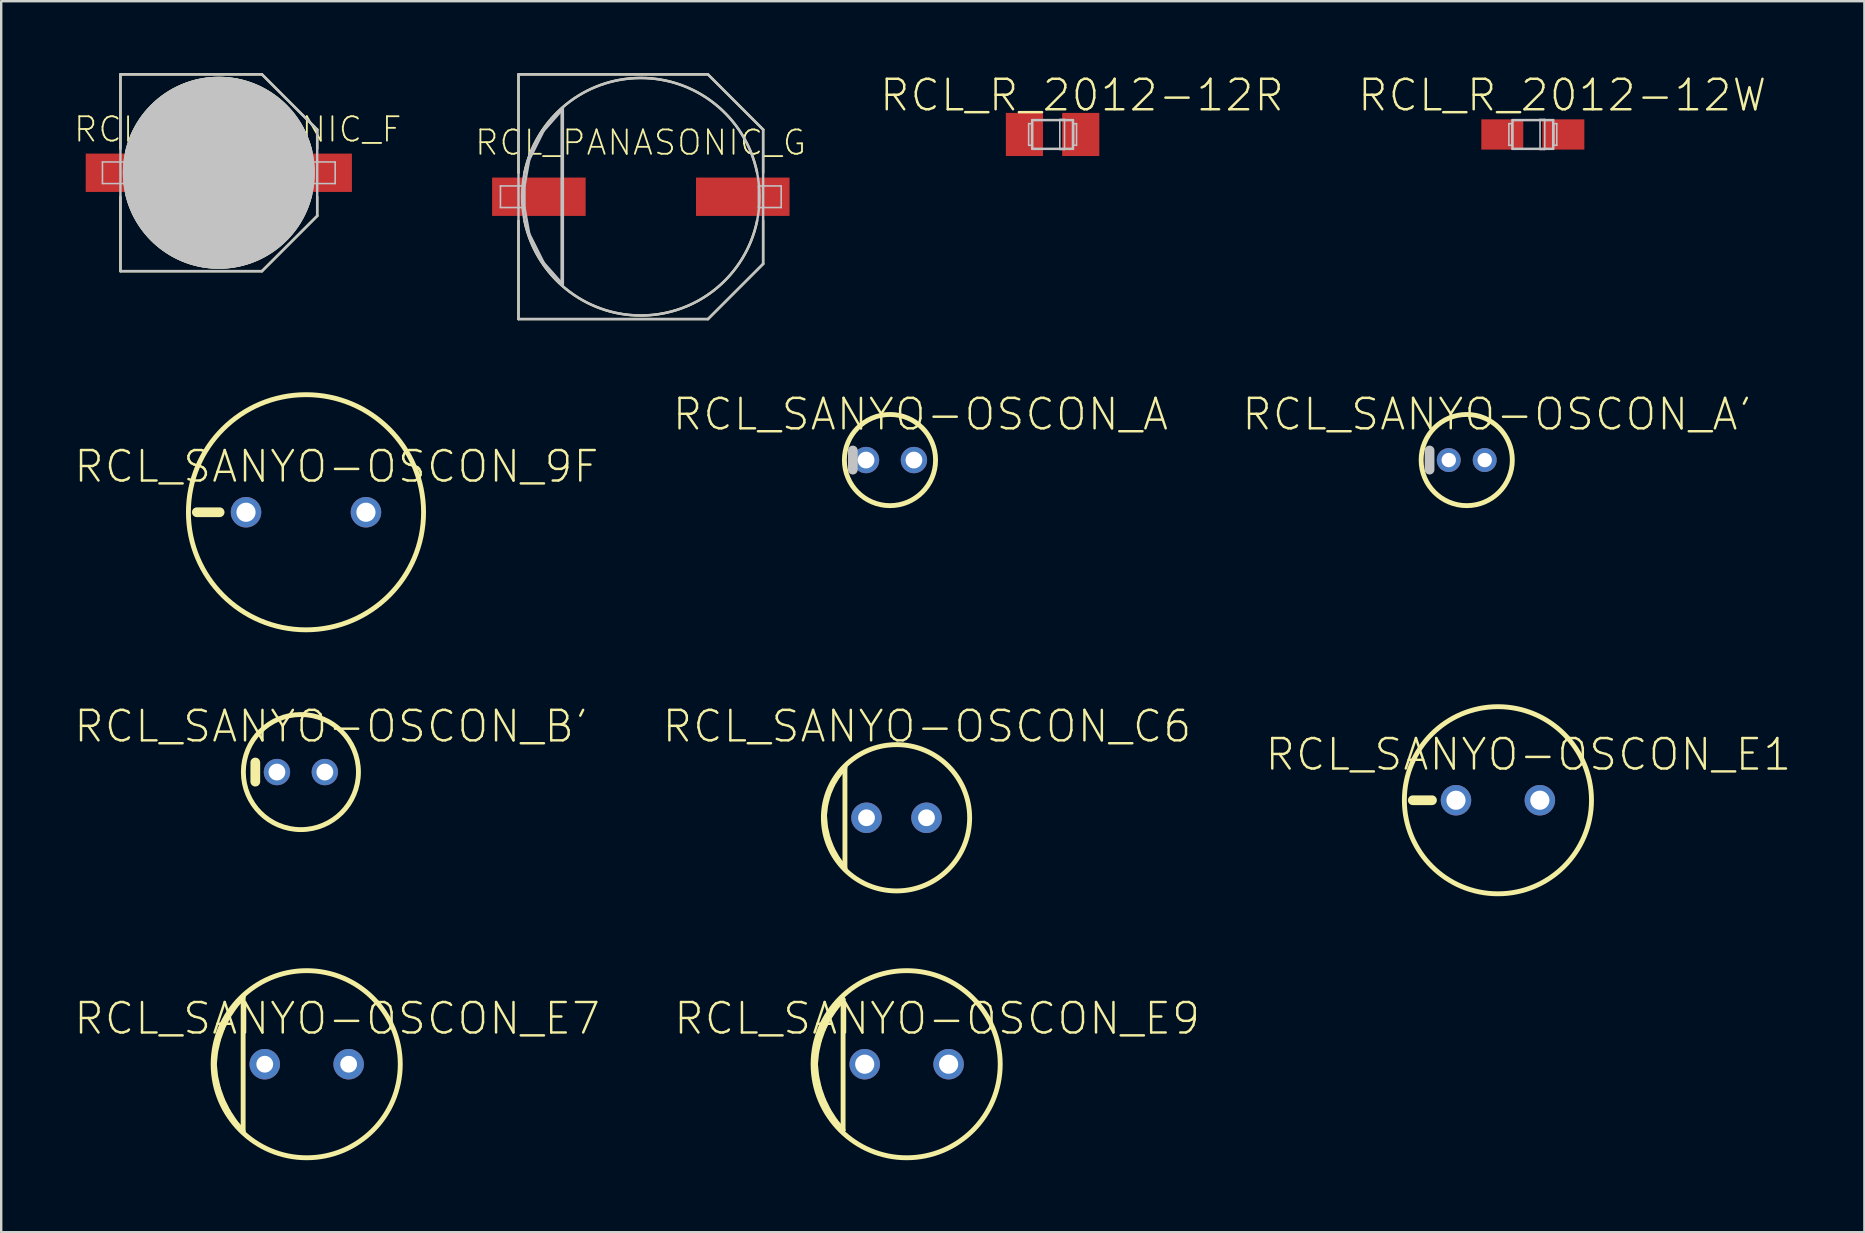
<source format=kicad_pcb>
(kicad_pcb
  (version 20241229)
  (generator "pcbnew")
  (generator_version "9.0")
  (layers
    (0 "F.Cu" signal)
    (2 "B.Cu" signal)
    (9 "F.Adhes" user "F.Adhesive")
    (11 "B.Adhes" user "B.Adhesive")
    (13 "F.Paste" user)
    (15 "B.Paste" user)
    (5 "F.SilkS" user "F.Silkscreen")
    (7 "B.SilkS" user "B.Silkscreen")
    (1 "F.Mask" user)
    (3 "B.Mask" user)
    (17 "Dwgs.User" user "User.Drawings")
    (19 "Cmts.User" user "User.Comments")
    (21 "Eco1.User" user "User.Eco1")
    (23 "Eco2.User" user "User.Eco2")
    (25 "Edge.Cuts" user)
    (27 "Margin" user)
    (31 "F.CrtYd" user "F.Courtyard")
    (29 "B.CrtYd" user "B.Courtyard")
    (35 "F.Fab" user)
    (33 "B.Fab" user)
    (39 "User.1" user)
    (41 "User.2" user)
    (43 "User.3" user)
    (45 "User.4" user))
  (footprint "RCL_SANYO-OSCON_B'"
    (layer "F.Cu")
    (at 9.49 29.126)
    (property "Reference" "RCL_SANYO-OSCON_B'" (at 1.27 -1.905 0) (layer "F.SilkS") (effects (font (size 1.27 1.27) (thickness 0.102))))
    (attr exclude_from_pos_files exclude_from_bom)
    (fp_line (start -1.9 0.399) (end -1.9 -0.399) (stroke (width 0.406) (type solid)) (layer "F.SilkS"))
    (fp_circle (center 0 0) (end 0 -2.398) (stroke (width 0.203) (type solid)) (fill no) (layer "F.SilkS"))
    (pad "+" thru_hole circle (at 0.998 0) (size 1.1 1.1) (drill 0.699) (layers "*.Cu" "*.Paste" "*.Mask"))
    (pad "-" thru_hole circle (at -0.998 0) (size 1.1 1.1) (drill 0.699) (layers "*.Cu" "*.Paste" "*.Mask")))
  (footprint "RCL_R_2012-12R"
    (layer "F.Cu")
    (at 40.817 2.554)
    (property "Reference" "RCL_R_2012-12R" (at 1.224 -1.633 0) (layer "F.SilkS") (effects (font (size 1.27 1.27) (thickness 0.102))))
    (attr smd)
    (fp_line (start -0.998 -0.45) (end -0.874 -0.45) (stroke (width 0.066) (type solid)) (layer "Dwgs.User"))
    (fp_line (start -0.998 0.45) (end -0.998 -0.45) (stroke (width 0.066) (type solid)) (layer "Dwgs.User"))
    (fp_line (start -0.998 0.45) (end -0.874 0.45) (stroke (width 0.066) (type solid)) (layer "Dwgs.User"))
    (fp_line (start -0.874 0.45) (end -0.874 -0.45) (stroke (width 0.066) (type solid)) (layer "Dwgs.User"))
    (fp_line (start -0.848 -0.599) (end 0.848 -0.599) (stroke (width 0.102) (type solid)) (layer "Dwgs.User"))
    (fp_line (start -0.848 0.599) (end -0.848 -0.599) (stroke (width 0.102) (type solid)) (layer "Dwgs.User"))
    (fp_line (start 0.3 -0.625) (end 0.498 -0.625) (stroke (width 0.066) (type solid)) (layer "Dwgs.User"))
    (fp_line (start 0.3 0.625) (end 0.3 -0.625) (stroke (width 0.066) (type solid)) (layer "Dwgs.User"))
    (fp_line (start 0.3 0.625) (end 0.498 0.625) (stroke (width 0.066) (type solid)) (layer "Dwgs.User"))
    (fp_line (start 0.498 0.625) (end 0.498 -0.625) (stroke (width 0.066) (type solid)) (layer "Dwgs.User"))
    (fp_line (start 0.848 -0.599) (end 0.848 0.599) (stroke (width 0.102) (type solid)) (layer "Dwgs.User"))
    (fp_line (start 0.848 0.599) (end -0.848 0.599) (stroke (width 0.102) (type solid)) (layer "Dwgs.User"))
    (fp_line (start 0.874 -0.45) (end 0.998 -0.45) (stroke (width 0.066) (type solid)) (layer "Dwgs.User"))
    (fp_line (start 0.874 0.45) (end 0.874 -0.45) (stroke (width 0.066) (type solid)) (layer "Dwgs.User"))
    (fp_line (start 0.874 0.45) (end 0.998 0.45) (stroke (width 0.066) (type solid)) (layer "Dwgs.User"))
    (fp_line (start 0.998 0.45) (end 0.998 -0.45) (stroke (width 0.066) (type solid)) (layer "Dwgs.User"))
    (pad "+" smd rect (at 1.173 0) (size 1.549 1.798) (layers "F.Cu" "F.Mask" "F.Paste"))
    (pad "-" smd rect (at -1.173 0) (size 1.549 1.798) (layers "F.Cu" "F.Mask" "F.Paste")))
  (footprint "RCL_SANYO-OSCON_E7"
    (layer "F.Cu")
    (at 9.732 41.301)
    (property "Reference" "RCL_SANYO-OSCON_E7" (at 1.27 -1.905 0) (layer "F.SilkS") (effects (font (size 1.27 1.27) (thickness 0.102))))
    (attr exclude_from_pos_files exclude_from_bom)
    (fp_line (start -3.848 0) (end -3.795 -0.516) (stroke (width 0.203) (type solid)) (layer "F.SilkS"))
    (fp_line (start -3.795 -0.516) (end -3.68 -1.021) (stroke (width 0.203) (type solid)) (layer "F.SilkS"))
    (fp_line (start -3.795 0.513) (end -3.848 0) (stroke (width 0.203) (type solid)) (layer "F.SilkS"))
    (fp_line (start -3.68 -1.021) (end -3.505 -1.509) (stroke (width 0.203) (type solid)) (layer "F.SilkS"))
    (fp_line (start -3.678 1.019) (end -3.795 0.513) (stroke (width 0.203) (type solid)) (layer "F.SilkS"))
    (fp_line (start -3.505 -1.509) (end -3.274 -1.974) (stroke (width 0.203) (type solid)) (layer "F.SilkS"))
    (fp_line (start -3.503 1.506) (end -3.678 1.019) (stroke (width 0.203) (type solid)) (layer "F.SilkS"))
    (fp_line (start -3.274 -1.974) (end -2.987 -2.405) (stroke (width 0.203) (type solid)) (layer "F.SilkS"))
    (fp_line (start -3.269 1.971) (end -3.503 1.506) (stroke (width 0.203) (type solid)) (layer "F.SilkS"))
    (fp_line (start -2.987 -2.405) (end -2.649 -2.799) (stroke (width 0.203) (type solid)) (layer "F.SilkS"))
    (fp_line (start -2.985 2.403) (end -3.269 1.971) (stroke (width 0.203) (type solid)) (layer "F.SilkS"))
    (fp_line (start -2.649 -2.799) (end -2.649 2.799) (stroke (width 0.203) (type solid)) (layer "F.SilkS"))
    (fp_line (start -2.649 2.799) (end -2.985 2.403) (stroke (width 0.203) (type solid)) (layer "F.SilkS"))
    (fp_circle (center 0 0) (end 0 -3.899) (stroke (width 0.203) (type solid)) (fill no) (layer "F.SilkS"))
    (pad "+" thru_hole circle (at 1.748 0) (size 1.27 1.27) (drill 0.699) (layers "*.Cu" "*.Paste" "*.Mask"))
    (pad "-" thru_hole circle (at -1.748 0) (size 1.27 1.27) (drill 0.699) (layers "*.Cu" "*.Paste" "*.Mask")))
  (footprint "RCL_PANASONIC_G"
    (layer "F.Cu")
    (at 23.656 5.149)
    (property "Reference" "RCL_PANASONIC_G" (at -0.008 -2.256 0) (layer "F.SilkS") (effects (font (size 1.016 1.016) (thickness 0.076))))
    (attr smd)
    (fp_line (start -5.098 -5.098) (end 2.799 -5.098) (stroke (width 0.102) (type solid)) (layer "F.SilkS"))
    (fp_line (start -5.098 -0.998) (end -5.098 -5.098) (stroke (width 0.102) (type solid)) (layer "F.SilkS"))
    (fp_line (start -5.098 5.098) (end -5.098 0.998) (stroke (width 0.102) (type solid)) (layer "F.SilkS"))
    (fp_line (start 2.799 -5.098) (end 5.098 -2.799) (stroke (width 0.102) (type solid)) (layer "F.SilkS"))
    (fp_line (start 2.799 5.098) (end -5.098 5.098) (stroke (width 0.102) (type solid)) (layer "F.SilkS"))
    (fp_line (start 5.098 -2.799) (end 5.098 -0.998) (stroke (width 0.102) (type solid)) (layer "F.SilkS"))
    (fp_line (start 5.098 0.998) (end 5.098 2.799) (stroke (width 0.102) (type solid)) (layer "F.SilkS"))
    (fp_line (start 5.098 2.799) (end 2.799 5.098) (stroke (width 0.102) (type solid)) (layer "F.SilkS"))
    (fp_arc (start -4.84886 -0.99822) (mid -0.005807 -4.950541) (end 4.846505 -1.009593) (stroke (width 0.1016) (type solid)) (layer "F.SilkS"))
    (fp_arc (start 4.84886 0.99822) (mid 0.005807 4.950541) (end -4.846505 1.009593) (stroke (width 0.1016) (type solid)) (layer "F.SilkS"))
    (fp_line (start -5.85 -0.45) (end -4.9 -0.45) (stroke (width 0.066) (type solid)) (layer "Dwgs.User"))
    (fp_line (start -5.85 0.45) (end -5.85 -0.45) (stroke (width 0.066) (type solid)) (layer "Dwgs.User"))
    (fp_line (start -5.85 0.45) (end -4.9 0.45) (stroke (width 0.066) (type solid)) (layer "Dwgs.User"))
    (fp_line (start -5.098 -5.098) (end 2.799 -5.098) (stroke (width 0.102) (type solid)) (layer "Dwgs.User"))
    (fp_line (start -5.098 5.098) (end -5.098 -5.098) (stroke (width 0.102) (type solid)) (layer "Dwgs.User"))
    (fp_line (start -4.9 0.45) (end -4.9 -0.45) (stroke (width 0.066) (type solid)) (layer "Dwgs.User"))
    (fp_line (start -4.849 -0.45) (end -4.849 0.45) (stroke (width 0.102) (type solid)) (layer "Dwgs.User"))
    (fp_line (start -4.849 0.45) (end -4.648 1.549) (stroke (width 0.102) (type solid)) (layer "Dwgs.User"))
    (fp_line (start -4.648 -1.549) (end -4.849 -0.45) (stroke (width 0.102) (type solid)) (layer "Dwgs.User"))
    (fp_line (start -4.648 1.549) (end -4.049 2.748) (stroke (width 0.102) (type solid)) (layer "Dwgs.User"))
    (fp_line (start -4.049 -2.748) (end -4.648 -1.549) (stroke (width 0.102) (type solid)) (layer "Dwgs.User"))
    (fp_line (start -4.049 2.748) (end -3.299 3.599) (stroke (width 0.102) (type solid)) (layer "Dwgs.User"))
    (fp_line (start -3.299 -3.599) (end -4.049 -2.748) (stroke (width 0.102) (type solid)) (layer "Dwgs.User"))
    (fp_line (start -3.299 -3.548) (end -3.299 -3.599) (stroke (width 0.102) (type solid)) (layer "Dwgs.User"))
    (fp_line (start -3.299 3.599) (end -3.299 -3.548) (stroke (width 0.102) (type solid)) (layer "Dwgs.User"))
    (fp_line (start -3.249 -3.698) (end -3.249 3.65) (stroke (width 0.102) (type solid)) (layer "Dwgs.User"))
    (fp_line (start 2.799 -5.098) (end 5.098 -2.799) (stroke (width 0.102) (type solid)) (layer "Dwgs.User"))
    (fp_line (start 2.799 5.098) (end -5.098 5.098) (stroke (width 0.102) (type solid)) (layer "Dwgs.User"))
    (fp_line (start 4.9 -0.45) (end 5.85 -0.45) (stroke (width 0.066) (type solid)) (layer "Dwgs.User"))
    (fp_line (start 4.9 0.45) (end 4.9 -0.45) (stroke (width 0.066) (type solid)) (layer "Dwgs.User"))
    (fp_line (start 4.9 0.45) (end 5.85 0.45) (stroke (width 0.066) (type solid)) (layer "Dwgs.User"))
    (fp_line (start 5.098 -2.799) (end 5.098 2.799) (stroke (width 0.102) (type solid)) (layer "Dwgs.User"))
    (fp_line (start 5.098 2.799) (end 2.799 5.098) (stroke (width 0.102) (type solid)) (layer "Dwgs.User"))
    (fp_line (start 5.85 0.45) (end 5.85 -0.45) (stroke (width 0.066) (type solid)) (layer "Dwgs.User"))
    (fp_circle (center 0 0) (end 0 -4.948) (stroke (width 0.102) (type solid)) (fill no) (layer "Dwgs.User"))
    (pad "+" smd rect (at 4.249 0) (size 3.899 1.598) (layers "F.Cu" "F.Mask" "F.Paste"))
    (pad "-" smd rect (at -4.249 0) (size 3.899 1.598) (layers "F.Cu" "F.Mask" "F.Paste")))
  (footprint "RCL_SANYO-OSCON_A"
    (layer "F.Cu")
    (at 34.04 16.123)
    (property "Reference" "RCL_SANYO-OSCON_A" (at 1.27 -1.905 0) (layer "F.SilkS") (effects (font (size 1.27 1.27) (thickness 0.102))))
    (attr exclude_from_pos_files exclude_from_bom)
    (fp_circle (center 0 0) (end 0 -1.9) (stroke (width 0.203) (type solid)) (fill no) (layer "F.SilkS"))
    (fp_line (start -1.549 0.399) (end -1.549 -0.399) (stroke (width 0.406) (type solid)) (layer "Dwgs.User"))
    (pad "+" thru_hole circle (at 0.998 0) (size 1.1 1.1) (drill 0.699) (layers "*.Cu" "*.Paste" "*.Mask"))
    (pad "-" thru_hole circle (at -0.998 0) (size 1.1 1.1) (drill 0.699) (layers "*.Cu" "*.Paste" "*.Mask")))
  (footprint "RCL_SANYO-OSCON_E9"
    (layer "F.Cu")
    (at 34.735 41.301)
    (property "Reference" "RCL_SANYO-OSCON_E9" (at 1.27 -1.905 0) (layer "F.SilkS") (effects (font (size 1.27 1.27) (thickness 0.102))))
    (attr exclude_from_pos_files exclude_from_bom)
    (fp_line (start -3.8 0) (end -3.749 -0.495) (stroke (width 0.203) (type solid)) (layer "F.SilkS"))
    (fp_line (start -3.749 -0.495) (end -3.64 -0.983) (stroke (width 0.203) (type solid)) (layer "F.SilkS"))
    (fp_line (start -3.749 0.503) (end -3.8 0) (stroke (width 0.203) (type solid)) (layer "F.SilkS"))
    (fp_line (start -3.64 -0.983) (end -3.472 -1.455) (stroke (width 0.203) (type solid)) (layer "F.SilkS"))
    (fp_line (start -3.64 0.998) (end -3.749 0.503) (stroke (width 0.203) (type solid)) (layer "F.SilkS"))
    (fp_line (start -3.472 -1.455) (end -3.249 -1.902) (stroke (width 0.203) (type solid)) (layer "F.SilkS"))
    (fp_line (start -3.472 1.478) (end -3.64 0.998) (stroke (width 0.203) (type solid)) (layer "F.SilkS"))
    (fp_line (start -3.249 -1.902) (end -2.972 -2.319) (stroke (width 0.203) (type solid)) (layer "F.SilkS"))
    (fp_line (start -3.249 1.933) (end -3.472 1.478) (stroke (width 0.203) (type solid)) (layer "F.SilkS"))
    (fp_line (start -2.974 2.36) (end -3.249 1.933) (stroke (width 0.203) (type solid)) (layer "F.SilkS"))
    (fp_line (start -2.972 -2.319) (end -2.649 -2.697) (stroke (width 0.203) (type solid)) (layer "F.SilkS"))
    (fp_line (start -2.649 -2.697) (end -2.649 2.748) (stroke (width 0.203) (type solid)) (layer "F.SilkS"))
    (fp_line (start -2.649 2.748) (end -2.974 2.36) (stroke (width 0.203) (type solid)) (layer "F.SilkS"))
    (fp_circle (center 0 0) (end 0 -3.899) (stroke (width 0.203) (type solid)) (fill no) (layer "F.SilkS"))
    (pad "+" thru_hole circle (at 1.748 0) (size 1.27 1.27) (drill 0.798) (layers "*.Cu" "*.Paste" "*.Mask"))
    (pad "-" thru_hole circle (at -1.748 0) (size 1.27 1.27) (drill 0.798) (layers "*.Cu" "*.Paste" "*.Mask")))
  (footprint "RCL_SANYO-OSCON_A'"
    (layer "F.Cu")
    (at 58.076 16.123)
    (property "Reference" "RCL_SANYO-OSCON_A'" (at 1.27 -1.905 0) (layer "F.SilkS") (effects (font (size 1.27 1.27) (thickness 0.102))))
    (attr exclude_from_pos_files exclude_from_bom)
    (fp_circle (center 0 0) (end 0 -1.9) (stroke (width 0.203) (type solid)) (fill no) (layer "F.SilkS"))
    (fp_line (start -1.549 0.399) (end -1.549 -0.399) (stroke (width 0.406) (type solid)) (layer "Dwgs.User"))
    (pad "+" thru_hole circle (at 0.749 0) (size 0.998 0.998) (drill 0.599) (layers "*.Cu" "*.Paste" "*.Mask"))
    (pad "-" thru_hole circle (at -0.749 0) (size 0.998 0.998) (drill 0.599) (layers "*.Cu" "*.Paste" "*.Mask")))
  (footprint "RCL_PANASONIC_F"
    (layer "F.Cu")
    (at 6.069 4.15)
    (property "Reference" "RCL_PANASONIC_F" (at 0.79 -1.806 0) (layer "F.SilkS") (effects (font (size 1.016 1.016) (thickness 0.076))))
    (attr smd)
    (fp_line (start -4.1 -4.1) (end 1.798 -4.1) (stroke (width 0.102) (type solid)) (layer "F.SilkS"))
    (fp_line (start -4.1 -0.998) (end -4.1 -4.1) (stroke (width 0.102) (type solid)) (layer "F.SilkS"))
    (fp_line (start -4.1 4.1) (end -4.1 0.998) (stroke (width 0.102) (type solid)) (layer "F.SilkS"))
    (fp_line (start 1.798 -4.1) (end 4.1 -1.798) (stroke (width 0.102) (type solid)) (layer "F.SilkS"))
    (fp_line (start 1.798 4.1) (end -4.1 4.1) (stroke (width 0.102) (type solid)) (layer "F.SilkS"))
    (fp_line (start 4.1 -1.798) (end 4.1 -0.998) (stroke (width 0.102) (type solid)) (layer "F.SilkS"))
    (fp_line (start 4.1 0.998) (end 4.1 1.798) (stroke (width 0.102) (type solid)) (layer "F.SilkS"))
    (fp_line (start 4.1 1.798) (end 1.798 4.1) (stroke (width 0.102) (type solid)) (layer "F.SilkS"))
    (fp_arc (start -3.8481 -0.89916) (mid -0.003314 -3.951753) (end 3.846587 -0.905612) (stroke (width 0.1016) (type solid)) (layer "F.SilkS"))
    (fp_arc (start 3.8481 0.89916) (mid 0.003314 3.951753) (end -3.846587 0.905612) (stroke (width 0.1016) (type solid)) (layer "F.SilkS"))
    (fp_line (start -4.849 -0.45) (end -3.899 -0.45) (stroke (width 0.066) (type solid)) (layer "Dwgs.User"))
    (fp_line (start -4.849 0.45) (end -4.849 -0.45) (stroke (width 0.066) (type solid)) (layer "Dwgs.User"))
    (fp_line (start -4.849 0.45) (end -3.899 0.45) (stroke (width 0.066) (type solid)) (layer "Dwgs.User"))
    (fp_line (start -4.1 -4.1) (end 1.798 -4.1) (stroke (width 0.102) (type solid)) (layer "Dwgs.User"))
    (fp_line (start -4.1 4.1) (end -4.1 -4.1) (stroke (width 0.102) (type solid)) (layer "Dwgs.User"))
    (fp_line (start -3.899 0.45) (end -3.899 -0.45) (stroke (width 0.066) (type solid)) (layer "Dwgs.User"))
    (fp_line (start -3.848 -0.648) (end -3.848 0.648) (stroke (width 0.102) (type solid)) (layer "Dwgs.User"))
    (fp_line (start -3.848 0.648) (end -3.548 1.598) (stroke (width 0.102) (type solid)) (layer "Dwgs.User"))
    (fp_line (start -3.599 -1.499) (end -3.848 -0.648) (stroke (width 0.102) (type solid)) (layer "Dwgs.User"))
    (fp_line (start -3.548 1.598) (end -2.949 2.548) (stroke (width 0.102) (type solid)) (layer "Dwgs.User"))
    (fp_line (start -3 -2.499) (end -3.599 -1.499) (stroke (width 0.102) (type solid)) (layer "Dwgs.User"))
    (fp_line (start -2.949 2.548) (end -2.248 3.198) (stroke (width 0.102) (type solid)) (layer "Dwgs.User"))
    (fp_line (start -2.248 -3.198) (end -3 -2.499) (stroke (width 0.102) (type solid)) (layer "Dwgs.User"))
    (fp_line (start -2.248 -3.15) (end -2.248 -3.198) (stroke (width 0.102) (type solid)) (layer "Dwgs.User"))
    (fp_line (start -2.248 3.198) (end -2.248 -3.15) (stroke (width 0.102) (type solid)) (layer "Dwgs.User"))
    (fp_line (start -2.2 -3.249) (end -2.2 3.249) (stroke (width 0.102) (type solid)) (layer "Dwgs.User"))
    (fp_line (start 1.798 -4.1) (end 4.1 -1.798) (stroke (width 0.102) (type solid)) (layer "Dwgs.User"))
    (fp_line (start 1.798 4.1) (end -4.1 4.1) (stroke (width 0.102) (type solid)) (layer "Dwgs.User"))
    (fp_line (start 3.899 -0.45) (end 4.849 -0.45) (stroke (width 0.066) (type solid)) (layer "Dwgs.User"))
    (fp_line (start 3.899 0.45) (end 3.899 -0.45) (stroke (width 0.066) (type solid)) (layer "Dwgs.User"))
    (fp_line (start 3.899 0.45) (end 4.849 0.45) (stroke (width 0.066) (type solid)) (layer "Dwgs.User"))
    (fp_line (start 4.1 -1.798) (end 4.1 1.798) (stroke (width 0.102) (type solid)) (layer "Dwgs.User"))
    (fp_line (start 4.1 1.798) (end 1.798 4.1) (stroke (width 0.102) (type solid)) (layer "Dwgs.User"))
    (fp_line (start 4.849 0.45) (end 4.849 -0.45) (stroke (width 0.066) (type solid)) (layer "Dwgs.User"))
    (fp_circle (center 0 0) (end 0 -3.998) (stroke (width 0) (type solid)) (fill yes) (layer "Dwgs.User"))
    (fp_circle (center 0 0) (end 0 -3.95) (stroke (width 0.102) (type solid)) (fill no) (layer "Dwgs.User"))
    (pad "+" smd rect (at 3.548 0) (size 3.998 1.598) (layers "F.Cu" "F.Mask" "F.Paste"))
    (pad "-" smd rect (at -3.548 0) (size 3.998 1.598) (layers "F.Cu" "F.Mask" "F.Paste")))
  (footprint "RCL_SANYO-OSCON_C6"
    (layer "F.Cu")
    (at 34.312 31.031)
    (property "Reference" "RCL_SANYO-OSCON_C6" (at 1.27 -3.81 0) (layer "F.SilkS") (effects (font (size 1.27 1.27) (thickness 0.102))))
    (attr exclude_from_pos_files exclude_from_bom)
    (fp_line (start -3 -0.099) (end -2.949 -0.541) (stroke (width 0.203) (type solid)) (layer "F.SilkS"))
    (fp_line (start -2.959 0.378) (end -3 -0.099) (stroke (width 0.203) (type solid)) (layer "F.SilkS"))
    (fp_line (start -2.949 -0.541) (end -2.837 -0.97) (stroke (width 0.203) (type solid)) (layer "F.SilkS"))
    (fp_line (start -2.852 0.848) (end -2.959 0.378) (stroke (width 0.203) (type solid)) (layer "F.SilkS"))
    (fp_line (start -2.837 -0.97) (end -2.664 -1.379) (stroke (width 0.203) (type solid)) (layer "F.SilkS"))
    (fp_line (start -2.677 1.298) (end -2.852 0.848) (stroke (width 0.203) (type solid)) (layer "F.SilkS"))
    (fp_line (start -2.664 -1.379) (end -2.433 -1.758) (stroke (width 0.203) (type solid)) (layer "F.SilkS"))
    (fp_line (start -2.441 1.717) (end -2.677 1.298) (stroke (width 0.203) (type solid)) (layer "F.SilkS"))
    (fp_line (start -2.433 -1.758) (end -2.149 -2.098) (stroke (width 0.203) (type solid)) (layer "F.SilkS"))
    (fp_line (start -2.149 -2.098) (end -2.149 2.098) (stroke (width 0.203) (type solid)) (layer "F.SilkS"))
    (fp_line (start -2.149 2.098) (end -2.441 1.717) (stroke (width 0.203) (type solid)) (layer "F.SilkS"))
    (fp_circle (center 0 0) (end 0 -3.048) (stroke (width 0.203) (type solid)) (fill no) (layer "F.SilkS"))
    (pad "+" thru_hole circle (at 1.25 0) (size 1.27 1.27) (drill 0.699) (layers "*.Cu" "*.Paste" "*.Mask"))
    (pad "-" thru_hole circle (at -1.25 0) (size 1.27 1.27) (drill 0.699) (layers "*.Cu" "*.Paste" "*.Mask")))
  (footprint "RCL_SANYO-OSCON_9F"
    (layer "F.Cu")
    (at 9.702 18.298)
    (property "Reference" "RCL_SANYO-OSCON_9F" (at 1.27 -1.905 0) (layer "F.SilkS") (effects (font (size 1.27 1.27) (thickness 0.102))))
    (attr exclude_from_pos_files exclude_from_bom)
    (fp_line (start -4.549 0) (end -3.599 0) (stroke (width 0.406) (type solid)) (layer "F.SilkS"))
    (fp_circle (center 0 0) (end 0 -4.9) (stroke (width 0.203) (type solid)) (fill no) (layer "F.SilkS"))
    (pad "+" thru_hole circle (at 2.499 0) (size 1.27 1.27) (drill 0.798) (layers "*.Cu" "*.Paste" "*.Mask"))
    (pad "-" thru_hole circle (at -2.499 0) (size 1.27 1.27) (drill 0.798) (layers "*.Cu" "*.Paste" "*.Mask")))
  (footprint "RCL_R_2012-12W"
    (layer "F.Cu")
    (at 60.831 2.554)
    (property "Reference" "RCL_R_2012-12W" (at 1.224 -1.633 0) (layer "F.SilkS") (effects (font (size 1.27 1.27) (thickness 0.102))))
    (attr smd)
    (fp_line (start -0.998 -0.45) (end -0.874 -0.45) (stroke (width 0.066) (type solid)) (layer "Dwgs.User"))
    (fp_line (start -0.998 0.45) (end -0.998 -0.45) (stroke (width 0.066) (type solid)) (layer "Dwgs.User"))
    (fp_line (start -0.998 0.45) (end -0.874 0.45) (stroke (width 0.066) (type solid)) (layer "Dwgs.User"))
    (fp_line (start -0.874 0.45) (end -0.874 -0.45) (stroke (width 0.066) (type solid)) (layer "Dwgs.User"))
    (fp_line (start -0.848 -0.599) (end 0.848 -0.599) (stroke (width 0.102) (type solid)) (layer "Dwgs.User"))
    (fp_line (start -0.848 0.599) (end -0.848 -0.599) (stroke (width 0.102) (type solid)) (layer "Dwgs.User"))
    (fp_line (start 0.3 -0.625) (end 0.498 -0.625) (stroke (width 0.066) (type solid)) (layer "Dwgs.User"))
    (fp_line (start 0.3 0.625) (end 0.3 -0.625) (stroke (width 0.066) (type solid)) (layer "Dwgs.User"))
    (fp_line (start 0.3 0.625) (end 0.498 0.625) (stroke (width 0.066) (type solid)) (layer "Dwgs.User"))
    (fp_line (start 0.498 0.625) (end 0.498 -0.625) (stroke (width 0.066) (type solid)) (layer "Dwgs.User"))
    (fp_line (start 0.848 -0.599) (end 0.848 0.599) (stroke (width 0.102) (type solid)) (layer "Dwgs.User"))
    (fp_line (start 0.848 0.599) (end -0.848 0.599) (stroke (width 0.102) (type solid)) (layer "Dwgs.User"))
    (fp_line (start 0.874 -0.45) (end 0.998 -0.45) (stroke (width 0.066) (type solid)) (layer "Dwgs.User"))
    (fp_line (start 0.874 0.45) (end 0.874 -0.45) (stroke (width 0.066) (type solid)) (layer "Dwgs.User"))
    (fp_line (start 0.874 0.45) (end 0.998 0.45) (stroke (width 0.066) (type solid)) (layer "Dwgs.User"))
    (fp_line (start 0.998 0.45) (end 0.998 -0.45) (stroke (width 0.066) (type solid)) (layer "Dwgs.User"))
    (pad "+" smd rect (at 1.273 0) (size 1.748 1.26) (layers "F.Cu" "F.Mask" "F.Paste"))
    (pad "-" smd rect (at -1.273 0) (size 1.748 1.26) (layers "F.Cu" "F.Mask" "F.Paste")))
  (footprint "RCL_SANYO-OSCON_E1"
    (layer "F.Cu")
    (at 59.376 30.3)
    (property "Reference" "RCL_SANYO-OSCON_E1" (at 1.27 -1.905 0) (layer "F.SilkS") (effects (font (size 1.27 1.27) (thickness 0.102))))
    (attr exclude_from_pos_files exclude_from_bom)
    (fp_line (start -3.548 0) (end -2.748 0) (stroke (width 0.406) (type solid)) (layer "F.SilkS"))
    (fp_circle (center 0 0) (end 0 -3.899) (stroke (width 0.203) (type solid)) (fill no) (layer "F.SilkS"))
    (pad "+" thru_hole circle (at 1.748 0) (size 1.27 1.27) (drill 0.798) (layers "*.Cu" "*.Paste" "*.Mask"))
    (pad "-" thru_hole circle (at -1.748 0) (size 1.27 1.27) (drill 0.798) (layers "*.Cu" "*.Paste" "*.Mask")))
  (gr_rect
    (start -3 -3)
    (end 74.648 48.302)
    (stroke (width 0.1) (type default))
    (fill no)
    (layer "Edge.Cuts")))
</source>
